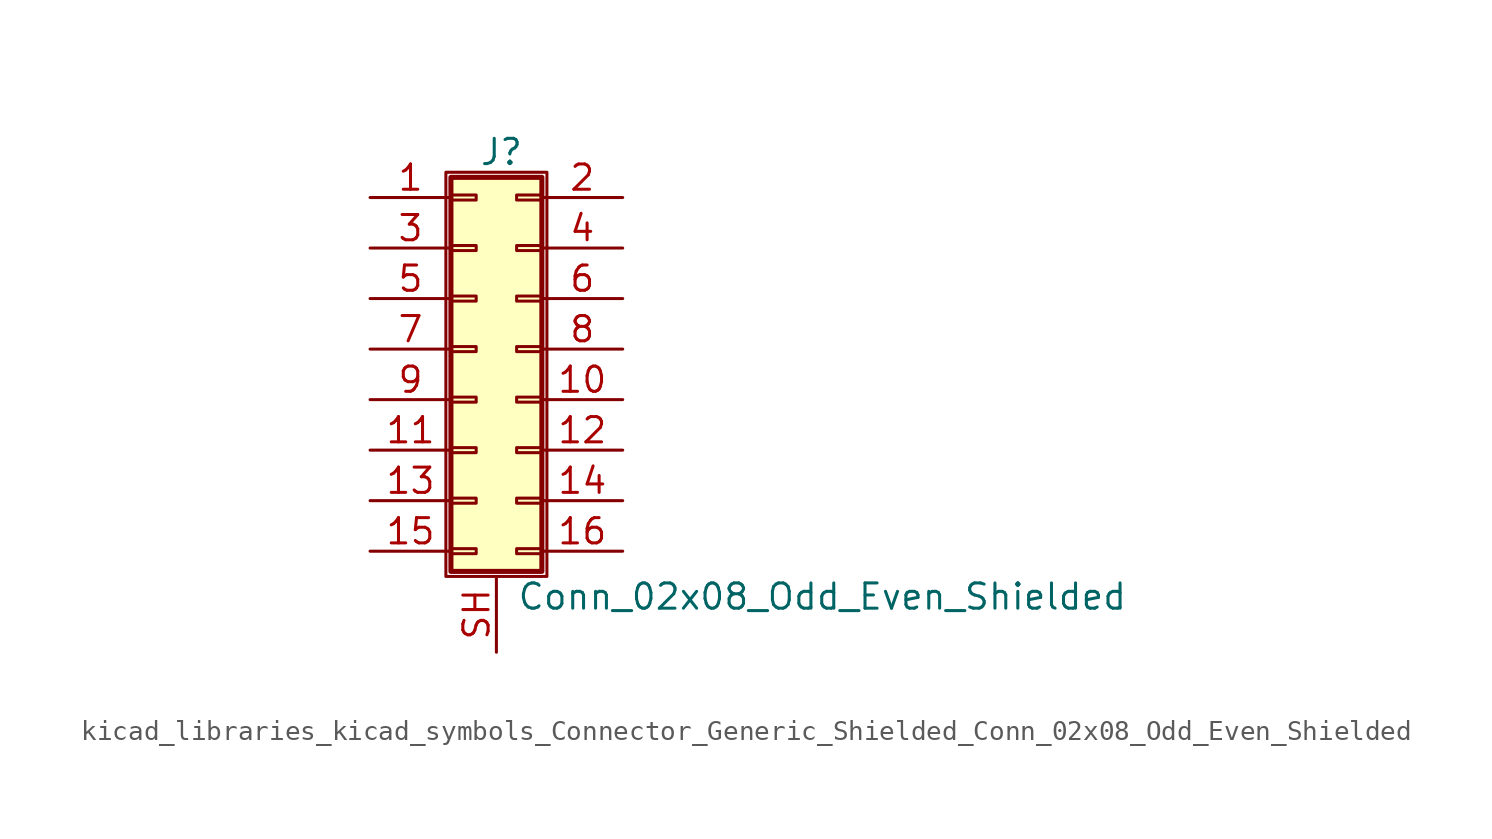
<source format=kicad_sym>
(kicad_symbol_lib
  (version 20220914)
  (generator kicad_symbol_editor)
  (symbol "kicad_libraries_kicad_symbols_Connector_Generic_Shielded_Conn_02x08_Odd_Even_Shielded"
    (pin_names
      (offset 1.016) hide)
    (property "Reference" "J"
      (at 1.524 9.906 0)
      (effects (font (size 1.27 1.27))))
    (property "Value" "Conn_02x08_Odd_Even_Shielded"
      (at 2.286 -12.446 0)
      (effects (font (size 1.27 1.27)) (justify left)))
    (symbol "kicad_libraries_kicad_symbols_Connector_Generic_Shielded_Conn_02x08_Odd_Even_Shielded_1_1"
      (rectangle (start -1.27 8.89) (end 3.81 -11.43) (stroke (width 0.152) (type default)) (fill (type none)))
      (rectangle (start -1.016 -10.033) (end 0.254 -10.287) (stroke (width 0.152) (type default)) (fill (type none)))
      (rectangle (start -1.016 -7.493) (end 0.254 -7.747) (stroke (width 0.152) (type default)) (fill (type none)))
      (rectangle (start -1.016 -4.953) (end 0.254 -5.207) (stroke (width 0.152) (type default)) (fill (type none)))
      (rectangle (start -1.016 -2.413) (end 0.254 -2.667) (stroke (width 0.152) (type default)) (fill (type none)))
      (rectangle (start -1.016 0.127) (end 0.254 -0.127) (stroke (width 0.152) (type default)) (fill (type none)))
      (rectangle (start -1.016 2.667) (end 0.254 2.413) (stroke (width 0.152) (type default)) (fill (type none)))
      (rectangle (start -1.016 5.207) (end 0.254 4.953) (stroke (width 0.152) (type default)) (fill (type none)))
      (rectangle (start -1.016 7.747) (end 0.254 7.493) (stroke (width 0.152) (type default)) (fill (type none)))
      (rectangle (start -1.016 8.636) (end 3.556 -11.176) (stroke (width 0.254) (type default)) (fill (type background)))
      (rectangle (start 3.556 -10.033) (end 2.286 -10.287) (stroke (width 0.152) (type default)) (fill (type none)))
      (rectangle (start 3.556 -7.493) (end 2.286 -7.747) (stroke (width 0.152) (type default)) (fill (type none)))
      (rectangle (start 3.556 -4.953) (end 2.286 -5.207) (stroke (width 0.152) (type default)) (fill (type none)))
      (rectangle (start 3.556 -2.413) (end 2.286 -2.667) (stroke (width 0.152) (type default)) (fill (type none)))
      (rectangle (start 3.556 0.127) (end 2.286 -0.127) (stroke (width 0.152) (type default)) (fill (type none)))
      (rectangle (start 3.556 2.667) (end 2.286 2.413) (stroke (width 0.152) (type default)) (fill (type none)))
      (rectangle (start 3.556 5.207) (end 2.286 4.953) (stroke (width 0.152) (type default)) (fill (type none)))
      (rectangle (start 3.556 7.747) (end 2.286 7.493) (stroke (width 0.152) (type default)) (fill (type none)))
      (pin passive line (at -5.08 7.62 0) (length 4.064) (name "Pin_1" (effects (font (size 1.27 1.27)))) (number "1" (effects (font (size 1.27 1.27)))))
      (pin passive line (at 7.62 -2.54 180) (length 4.064) (name "Pin_10" (effects (font (size 1.27 1.27)))) (number "10" (effects (font (size 1.27 1.27)))))
      (pin passive line (at -5.08 -5.08 0) (length 4.064) (name "Pin_11" (effects (font (size 1.27 1.27)))) (number "11" (effects (font (size 1.27 1.27)))))
      (pin passive line (at 7.62 -5.08 180) (length 4.064) (name "Pin_12" (effects (font (size 1.27 1.27)))) (number "12" (effects (font (size 1.27 1.27)))))
      (pin passive line (at -5.08 -7.62 0) (length 4.064) (name "Pin_13" (effects (font (size 1.27 1.27)))) (number "13" (effects (font (size 1.27 1.27)))))
      (pin passive line (at 7.62 -7.62 180) (length 4.064) (name "Pin_14" (effects (font (size 1.27 1.27)))) (number "14" (effects (font (size 1.27 1.27)))))
      (pin passive line (at -5.08 -10.16 0) (length 4.064) (name "Pin_15" (effects (font (size 1.27 1.27)))) (number "15" (effects (font (size 1.27 1.27)))))
      (pin passive line (at 7.62 -10.16 180) (length 4.064) (name "Pin_16" (effects (font (size 1.27 1.27)))) (number "16" (effects (font (size 1.27 1.27)))))
      (pin passive line (at 7.62 7.62 180) (length 4.064) (name "Pin_2" (effects (font (size 1.27 1.27)))) (number "2" (effects (font (size 1.27 1.27)))))
      (pin passive line (at -5.08 5.08 0) (length 4.064) (name "Pin_3" (effects (font (size 1.27 1.27)))) (number "3" (effects (font (size 1.27 1.27)))))
      (pin passive line (at 7.62 5.08 180) (length 4.064) (name "Pin_4" (effects (font (size 1.27 1.27)))) (number "4" (effects (font (size 1.27 1.27)))))
      (pin passive line (at -5.08 2.54 0) (length 4.064) (name "Pin_5" (effects (font (size 1.27 1.27)))) (number "5" (effects (font (size 1.27 1.27)))))
      (pin passive line (at 7.62 2.54 180) (length 4.064) (name "Pin_6" (effects (font (size 1.27 1.27)))) (number "6" (effects (font (size 1.27 1.27)))))
      (pin passive line (at -5.08 0 0) (length 4.064) (name "Pin_7" (effects (font (size 1.27 1.27)))) (number "7" (effects (font (size 1.27 1.27)))))
      (pin passive line (at 7.62 0 180) (length 4.064) (name "Pin_8" (effects (font (size 1.27 1.27)))) (number "8" (effects (font (size 1.27 1.27)))))
      (pin passive line (at -5.08 -2.54 0) (length 4.064) (name "Pin_9" (effects (font (size 1.27 1.27)))) (number "9" (effects (font (size 1.27 1.27)))))
      (pin passive line (at 1.27 -15.24 90) (length 3.81) (name "Shield" (effects (font (size 1.27 1.27)))) (number "SH" (effects (font (size 1.27 1.27))))))))
</source>
